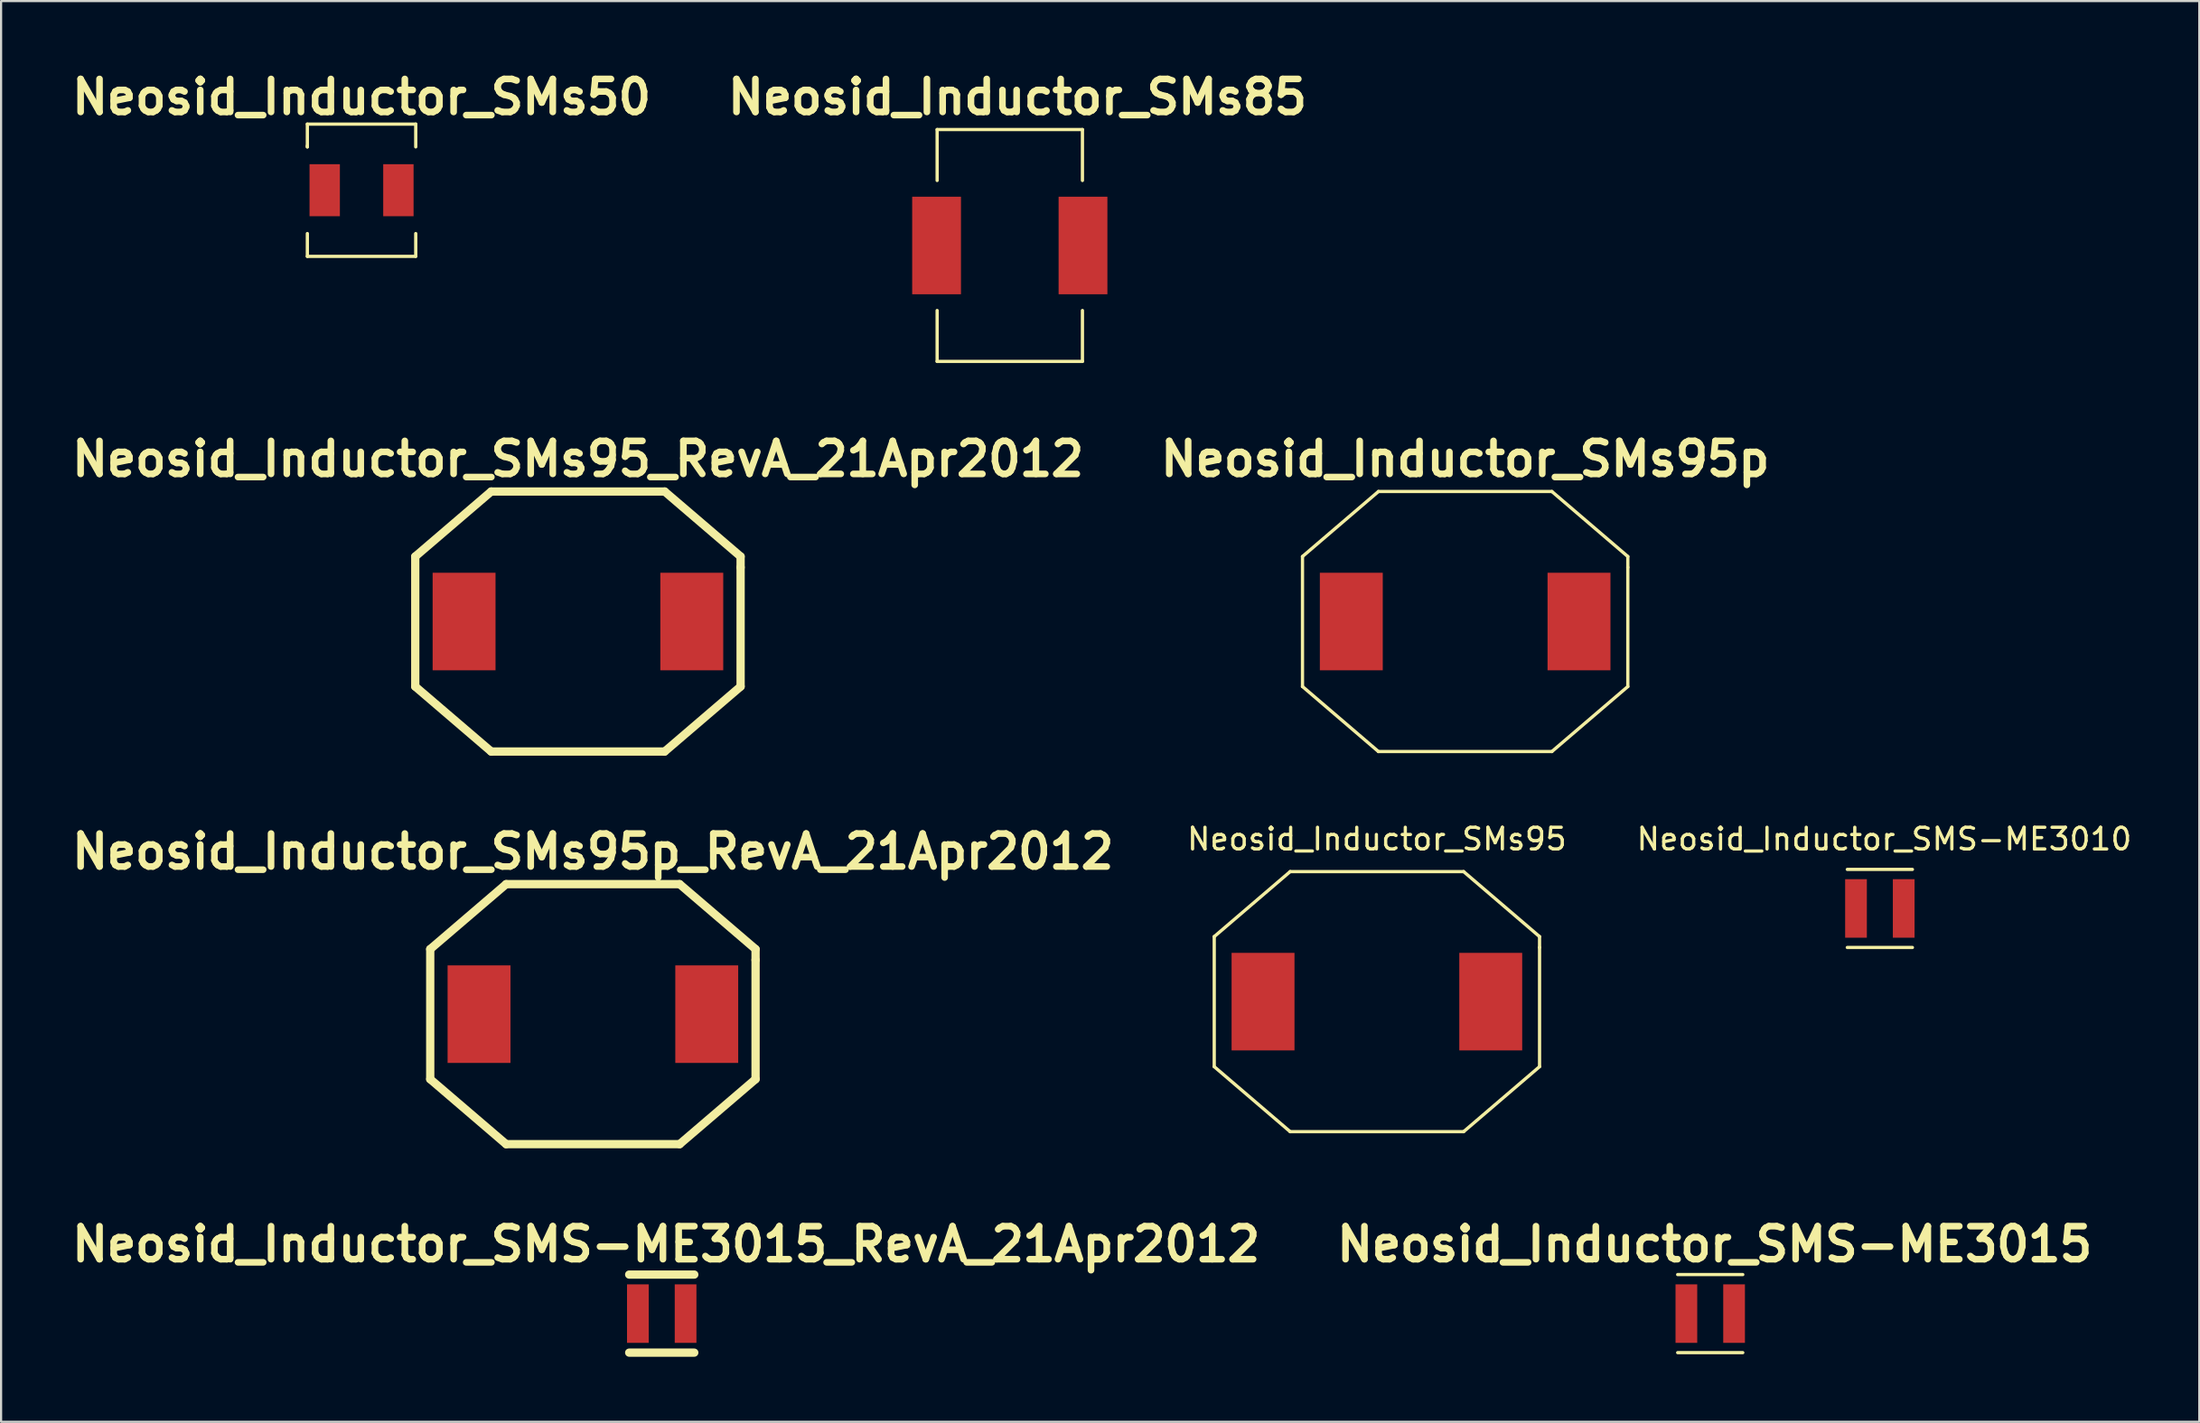
<source format=kicad_pcb>
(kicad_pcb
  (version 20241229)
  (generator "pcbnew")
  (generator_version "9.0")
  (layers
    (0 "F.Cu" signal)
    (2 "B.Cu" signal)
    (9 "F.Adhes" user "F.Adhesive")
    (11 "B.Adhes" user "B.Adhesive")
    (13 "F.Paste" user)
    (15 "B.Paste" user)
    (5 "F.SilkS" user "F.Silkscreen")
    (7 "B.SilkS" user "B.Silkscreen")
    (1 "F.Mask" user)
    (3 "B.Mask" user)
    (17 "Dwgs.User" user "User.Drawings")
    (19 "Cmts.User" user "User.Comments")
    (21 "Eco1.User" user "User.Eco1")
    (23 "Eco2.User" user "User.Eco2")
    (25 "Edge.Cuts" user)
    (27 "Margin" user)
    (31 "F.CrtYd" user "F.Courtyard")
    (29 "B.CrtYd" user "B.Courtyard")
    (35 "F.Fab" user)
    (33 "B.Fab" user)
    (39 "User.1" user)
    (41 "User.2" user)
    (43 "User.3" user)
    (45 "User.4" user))
  (footprint "Neosid_Inductor_SMs50"
    (layer "F.Cu")
    (at 13.622 5.727)
    (property "Reference" "Neosid_Inductor_SMs50" (at 0 -4.3 0) (layer "F.SilkS") (effects (font (size 1.524 1.524) (thickness 0.305))))
    (attr smd)
    (fp_line (start -2.499 -3.051) (end -2.499 -1.999) (stroke (width 0.15) (type solid)) (layer "F.SilkS"))
    (fp_line (start -2.499 -1.999) (end -2.499 -2.05) (stroke (width 0.15) (type solid)) (layer "F.SilkS"))
    (fp_line (start -2.499 1.999) (end -2.499 3.051) (stroke (width 0.15) (type solid)) (layer "F.SilkS"))
    (fp_line (start -2.499 3.051) (end 2.499 3.051) (stroke (width 0.15) (type solid)) (layer "F.SilkS"))
    (fp_line (start 2.499 -3.051) (end -2.499 -3.051) (stroke (width 0.15) (type solid)) (layer "F.SilkS"))
    (fp_line (start 2.499 -3.051) (end 2.499 -1.999) (stroke (width 0.15) (type solid)) (layer "F.SilkS"))
    (fp_line (start 2.499 3.051) (end 2.499 1.999) (stroke (width 0.15) (type solid)) (layer "F.SilkS"))
    (pad "1" smd rect (at -1.699 0) (size 1.4 2.4) (layers "F.Cu" "F.Mask" "F.Paste"))
    (pad "2" smd rect (at 1.699 0) (size 1.4 2.4) (layers "F.Cu" "F.Mask" "F.Paste")))
  (footprint "Neosid_Inductor_SMS-ME3015"
    (layer "F.Cu")
    (at 75.813 57.562)
    (property "Reference" "Neosid_Inductor_SMS-ME3015" (at 0.201 -3.2 0) (layer "F.SilkS") (effects (font (size 1.524 1.524) (thickness 0.305))))
    (attr smd)
    (fp_line (start 1.501 -1.801) (end -1.501 -1.801) (stroke (width 0.15) (type solid)) (layer "F.SilkS"))
    (fp_line (start 1.501 1.801) (end -1.501 1.801) (stroke (width 0.15) (type solid)) (layer "F.SilkS"))
    (pad "1" smd rect (at -1.1 0) (size 1.001 2.7) (layers "F.Cu" "F.Mask" "F.Paste"))
    (pad "2" smd rect (at 1.1 0) (size 1.001 2.7) (layers "F.Cu" "F.Mask" "F.Paste")))
  (footprint "Neosid_Inductor_SMs95_RevA_21Apr2012"
    (layer "F.Cu")
    (at 23.6 25.628)
    (property "Reference" "Neosid_Inductor_SMs95_RevA_21Apr2012" (at 0 -7.501 0) (layer "F.SilkS") (effects (font (size 1.524 1.524) (thickness 0.305))))
    (attr smd)
    (fp_line (start -7.501 -3) (end -7.501 3) (stroke (width 0.381) (type solid)) (layer "F.SilkS"))
    (fp_line (start -7.501 3) (end -4 5.999) (stroke (width 0.381) (type solid)) (layer "F.SilkS"))
    (fp_line (start -4 -5.999) (end -7.501 -3) (stroke (width 0.381) (type solid)) (layer "F.SilkS"))
    (fp_line (start -4 5.999) (end 4 5.999) (stroke (width 0.381) (type solid)) (layer "F.SilkS"))
    (fp_line (start 4 -5.999) (end -4 -5.999) (stroke (width 0.381) (type solid)) (layer "F.SilkS"))
    (fp_line (start 4 5.999) (end 7.501 3) (stroke (width 0.381) (type solid)) (layer "F.SilkS"))
    (fp_line (start 7.501 -3) (end 4 -5.999) (stroke (width 0.381) (type solid)) (layer "F.SilkS"))
    (fp_line (start 7.501 -2.499) (end 7.501 -3) (stroke (width 0.381) (type solid)) (layer "F.SilkS"))
    (fp_line (start 7.501 3) (end 7.501 -2.499) (stroke (width 0.381) (type solid)) (layer "F.SilkS"))
    (pad "1" smd rect (at -5.25 0) (size 2.901 4.501) (layers "F.Cu" "F.Mask" "F.Paste"))
    (pad "2" smd rect (at 5.25 0) (size 2.901 4.501) (layers "F.Cu" "F.Mask" "F.Paste")))
  (footprint "Neosid_Inductor_SMs95p"
    (layer "F.Cu")
    (at 64.512 25.628)
    (property "Reference" "Neosid_Inductor_SMs95p" (at 0 -7.501 0) (layer "F.SilkS") (effects (font (size 1.524 1.524) (thickness 0.305))))
    (attr smd)
    (fp_line (start -7.501 -3) (end -7.501 3) (stroke (width 0.15) (type solid)) (layer "F.SilkS"))
    (fp_line (start -7.501 3) (end -4 5.999) (stroke (width 0.15) (type solid)) (layer "F.SilkS"))
    (fp_line (start -4 -5.999) (end -7.501 -3) (stroke (width 0.15) (type solid)) (layer "F.SilkS"))
    (fp_line (start -4 5.999) (end 4 5.999) (stroke (width 0.15) (type solid)) (layer "F.SilkS"))
    (fp_line (start 4 -5.999) (end -4 -5.999) (stroke (width 0.15) (type solid)) (layer "F.SilkS"))
    (fp_line (start 4 5.999) (end 7.501 3) (stroke (width 0.15) (type solid)) (layer "F.SilkS"))
    (fp_line (start 7.501 -3) (end 4 -5.999) (stroke (width 0.15) (type solid)) (layer "F.SilkS"))
    (fp_line (start 7.501 -2.499) (end 7.501 -3) (stroke (width 0.15) (type solid)) (layer "F.SilkS"))
    (fp_line (start 7.501 3) (end 7.501 -2.499) (stroke (width 0.15) (type solid)) (layer "F.SilkS"))
    (pad "1" smd rect (at -5.25 0) (size 2.901 4.501) (layers "F.Cu" "F.Mask" "F.Paste"))
    (pad "2" smd rect (at 5.25 0) (size 2.901 4.501) (layers "F.Cu" "F.Mask" "F.Paste")))
  (footprint "Neosid_Inductor_SMs95"
    (layer "F.Cu")
    (at 60.442 43.167)
    (property "Reference" "Neosid_Inductor_SMs95" (at 0 -7.501 0) (layer "F.SilkS") (effects (font (size 1 1) (thickness 0.15))))
    (attr smd)
    (fp_line (start -7.501 -3) (end -7.501 3) (stroke (width 0.15) (type solid)) (layer "F.SilkS"))
    (fp_line (start -7.501 3) (end -4 5.999) (stroke (width 0.15) (type solid)) (layer "F.SilkS"))
    (fp_line (start -4 -5.999) (end -7.501 -3) (stroke (width 0.15) (type solid)) (layer "F.SilkS"))
    (fp_line (start -4 5.999) (end 4 5.999) (stroke (width 0.15) (type solid)) (layer "F.SilkS"))
    (fp_line (start 4 -5.999) (end -4 -5.999) (stroke (width 0.15) (type solid)) (layer "F.SilkS"))
    (fp_line (start 4 5.999) (end 7.501 3) (stroke (width 0.15) (type solid)) (layer "F.SilkS"))
    (fp_line (start 7.501 -3) (end 4 -5.999) (stroke (width 0.15) (type solid)) (layer "F.SilkS"))
    (fp_line (start 7.501 -2.499) (end 7.501 -3) (stroke (width 0.15) (type solid)) (layer "F.SilkS"))
    (fp_line (start 7.501 3) (end 7.501 -2.499) (stroke (width 0.15) (type solid)) (layer "F.SilkS"))
    (pad "1" smd rect (at -5.25 0) (size 2.901 4.501) (layers "F.Cu" "F.Mask" "F.Paste"))
    (pad "2" smd rect (at 5.25 0) (size 2.901 4.501) (layers "F.Cu" "F.Mask" "F.Paste")))
  (footprint "Neosid_Inductor_SMs85"
    (layer "F.Cu")
    (at 43.514 8.277)
    (property "Reference" "Neosid_Inductor_SMs85" (at 0.351 -6.85 0) (layer "F.SilkS") (effects (font (size 1.524 1.524) (thickness 0.305))))
    (attr smd)
    (fp_line (start -3.35 -5.349) (end -3.35 -3) (stroke (width 0.15) (type solid)) (layer "F.SilkS"))
    (fp_line (start -3.35 5.349) (end -3.35 3) (stroke (width 0.15) (type solid)) (layer "F.SilkS"))
    (fp_line (start 3.35 -5.349) (end -3.35 -5.349) (stroke (width 0.15) (type solid)) (layer "F.SilkS"))
    (fp_line (start 3.35 -5.349) (end 3.35 -3) (stroke (width 0.15) (type solid)) (layer "F.SilkS"))
    (fp_line (start 3.35 3) (end 3.35 5.349) (stroke (width 0.15) (type solid)) (layer "F.SilkS"))
    (fp_line (start 3.35 5.349) (end -3.35 5.349) (stroke (width 0.15) (type solid)) (layer "F.SilkS"))
    (pad "1" smd rect (at -3.376 0) (size 2.25 4.501) (layers "F.Cu" "F.Mask" "F.Paste"))
    (pad "2" smd rect (at 3.376 0) (size 2.25 4.501) (layers "F.Cu" "F.Mask" "F.Paste")))
  (footprint "Neosid_Inductor_SMS-ME3010"
    (layer "F.Cu")
    (at 83.635 38.867)
    (property "Reference" "Neosid_Inductor_SMS-ME3010" (at 0.201 -3.2 0) (layer "F.SilkS") (effects (font (size 1 1) (thickness 0.15))))
    (attr smd)
    (fp_line (start 1.501 -1.801) (end -1.501 -1.801) (stroke (width 0.15) (type solid)) (layer "F.SilkS"))
    (fp_line (start 1.501 1.801) (end -1.501 1.801) (stroke (width 0.15) (type solid)) (layer "F.SilkS"))
    (pad "1" smd rect (at -1.1 0) (size 1.001 2.7) (layers "F.Cu" "F.Mask" "F.Paste"))
    (pad "2" smd rect (at 1.1 0) (size 1.001 2.7) (layers "F.Cu" "F.Mask" "F.Paste")))
  (footprint "Neosid_Inductor_SMS-ME3015_RevA_21Apr2012"
    (layer "F.Cu")
    (at 27.464 57.562)
    (property "Reference" "Neosid_Inductor_SMS-ME3015_RevA_21Apr2012" (at 0.201 -3.2 0) (layer "F.SilkS") (effects (font (size 1.524 1.524) (thickness 0.305))))
    (attr smd)
    (fp_line (start 1.501 -1.801) (end -1.501 -1.801) (stroke (width 0.381) (type solid)) (layer "F.SilkS"))
    (fp_line (start 1.501 1.801) (end -1.501 1.801) (stroke (width 0.381) (type solid)) (layer "F.SilkS"))
    (pad "1" smd rect (at -1.1 0) (size 1.001 2.7) (layers "F.Cu" "F.Mask" "F.Paste"))
    (pad "2" smd rect (at 1.1 0) (size 1.001 2.7) (layers "F.Cu" "F.Mask" "F.Paste")))
  (footprint "Neosid_Inductor_SMs95p_RevA_21Apr2012"
    (layer "F.Cu")
    (at 24.29 43.745)
    (property "Reference" "Neosid_Inductor_SMs95p_RevA_21Apr2012" (at 0 -7.501 0) (layer "F.SilkS") (effects (font (size 1.524 1.524) (thickness 0.305))))
    (attr smd)
    (fp_line (start -7.501 -3) (end -7.501 3) (stroke (width 0.381) (type solid)) (layer "F.SilkS"))
    (fp_line (start -7.501 3) (end -4 5.999) (stroke (width 0.381) (type solid)) (layer "F.SilkS"))
    (fp_line (start -4 -5.999) (end -7.501 -3) (stroke (width 0.381) (type solid)) (layer "F.SilkS"))
    (fp_line (start -4 5.999) (end 4 5.999) (stroke (width 0.381) (type solid)) (layer "F.SilkS"))
    (fp_line (start 4 -5.999) (end -4 -5.999) (stroke (width 0.381) (type solid)) (layer "F.SilkS"))
    (fp_line (start 4 5.999) (end 7.501 3) (stroke (width 0.381) (type solid)) (layer "F.SilkS"))
    (fp_line (start 7.501 -3) (end 4 -5.999) (stroke (width 0.381) (type solid)) (layer "F.SilkS"))
    (fp_line (start 7.501 -2.499) (end 7.501 -3) (stroke (width 0.381) (type solid)) (layer "F.SilkS"))
    (fp_line (start 7.501 3) (end 7.501 -2.499) (stroke (width 0.381) (type solid)) (layer "F.SilkS"))
    (pad "1" smd rect (at -5.25 0) (size 2.901 4.501) (layers "F.Cu" "F.Mask" "F.Paste"))
    (pad "2" smd rect (at 5.25 0) (size 2.901 4.501) (layers "F.Cu" "F.Mask" "F.Paste")))
  (gr_rect
    (start -3 -3)
    (end 98.365 62.553)
    (stroke (width 0.1) (type default))
    (fill no)
    (layer "Edge.Cuts")))
</source>
